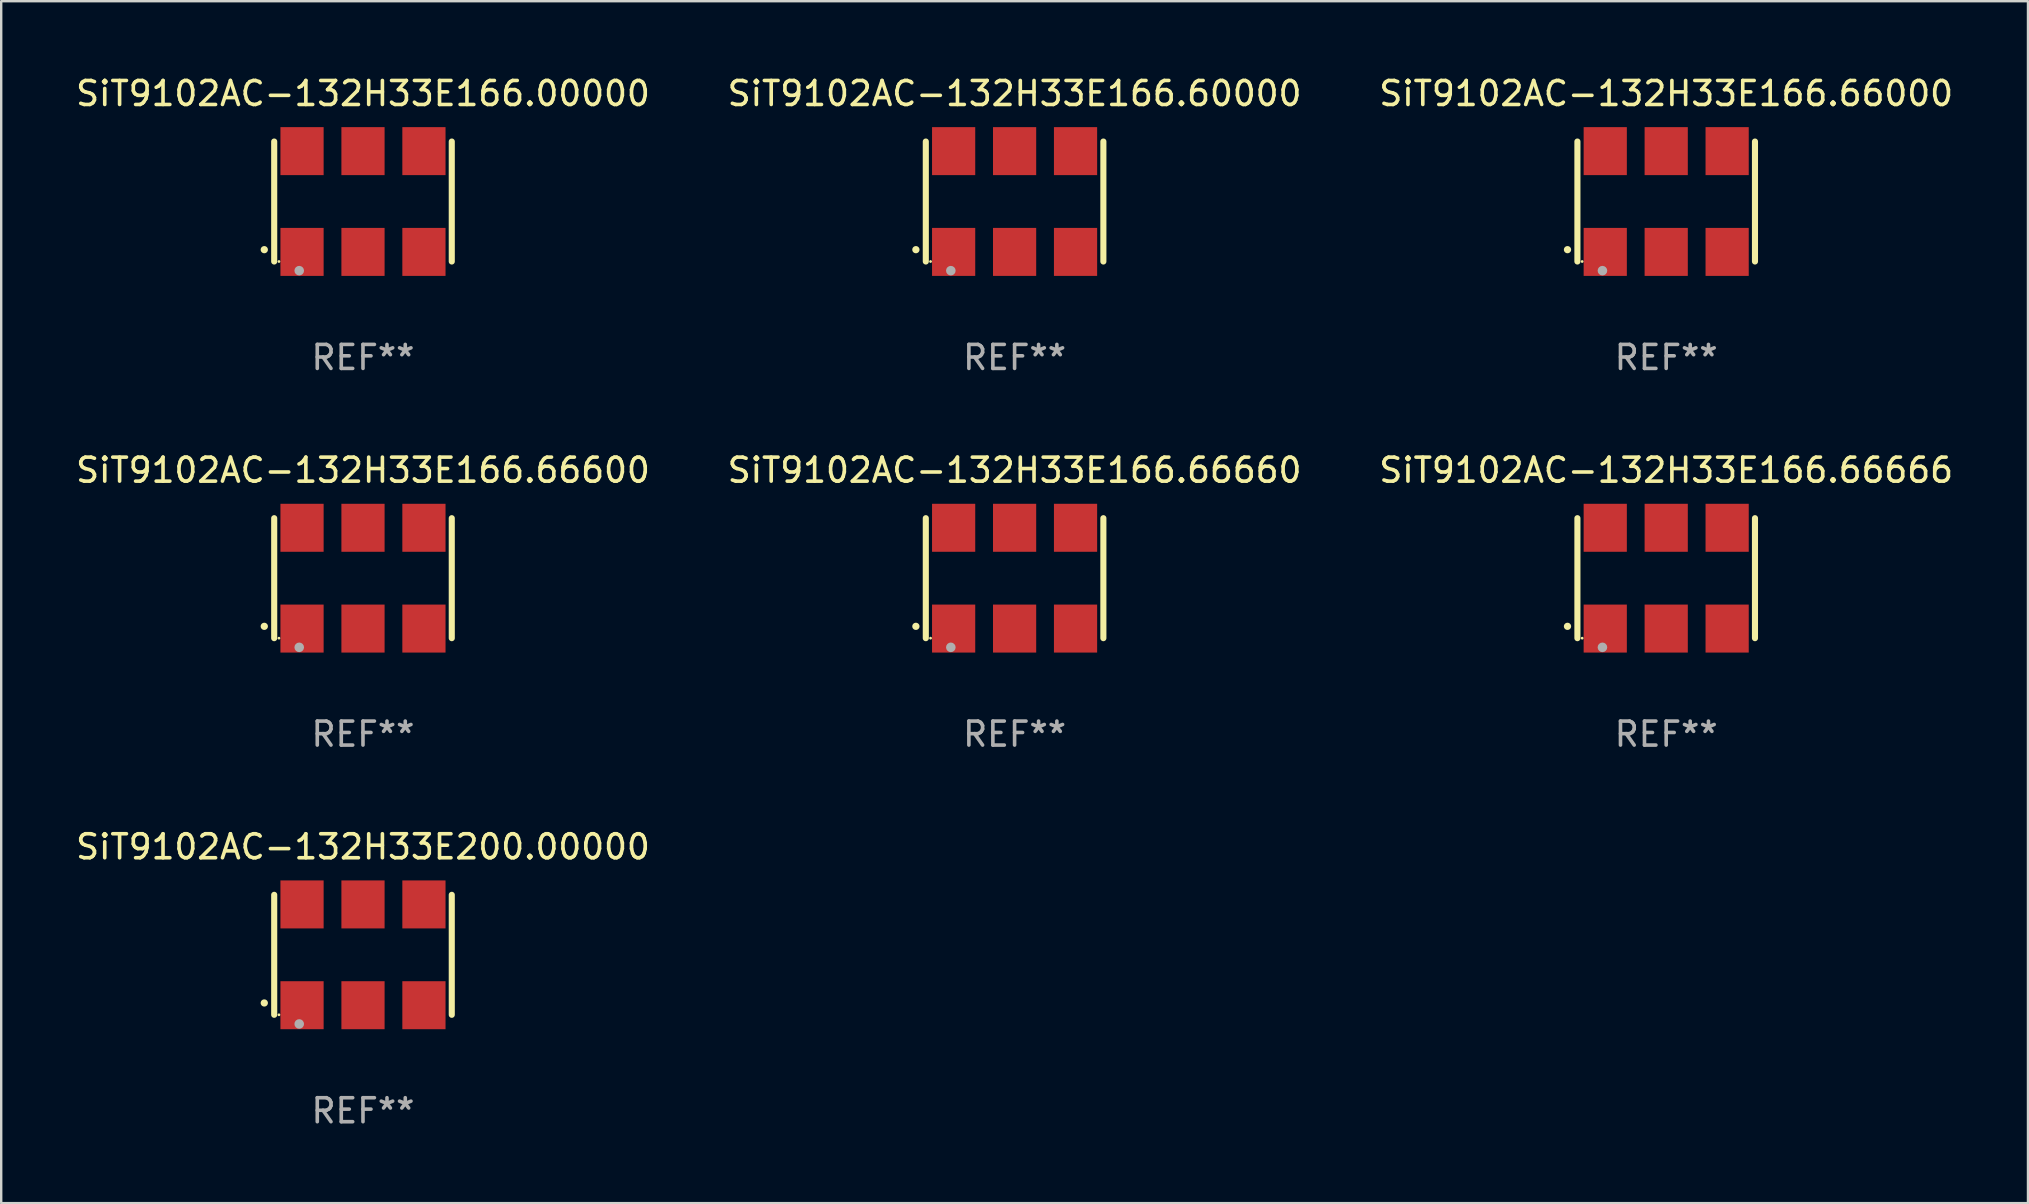
<source format=kicad_pcb>
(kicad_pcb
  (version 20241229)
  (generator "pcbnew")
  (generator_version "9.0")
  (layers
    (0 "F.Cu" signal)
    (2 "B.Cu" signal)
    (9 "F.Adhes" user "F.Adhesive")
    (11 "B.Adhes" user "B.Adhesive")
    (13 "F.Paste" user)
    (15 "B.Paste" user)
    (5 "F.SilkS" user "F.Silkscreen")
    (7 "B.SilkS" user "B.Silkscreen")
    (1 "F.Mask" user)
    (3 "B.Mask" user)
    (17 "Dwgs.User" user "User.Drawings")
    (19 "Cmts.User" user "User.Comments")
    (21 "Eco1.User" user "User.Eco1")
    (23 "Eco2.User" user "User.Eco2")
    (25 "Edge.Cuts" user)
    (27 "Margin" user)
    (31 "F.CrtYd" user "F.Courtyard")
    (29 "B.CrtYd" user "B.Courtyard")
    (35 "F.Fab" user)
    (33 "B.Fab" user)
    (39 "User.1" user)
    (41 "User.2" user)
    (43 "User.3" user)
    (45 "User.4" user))
  (footprint "SiT9102AC-132H33E166.60000"
    (layer "F.Cu")
    (at 39.232 5.348)
    (property "Reference" "SiT9102AC-132H33E166.60000" (at 0 -4.5 0) (layer "F.SilkS") (effects (font (size 1 1) (thickness 0.15))))
    (attr through_hole)
    (fp_line (start -3.7 -2.5) (end -3.7 2.5) (stroke (width 0.254) (type solid)) (layer "F.SilkS"))
    (fp_line (start 3.7 -2.5) (end 3.7 2.5) (stroke (width 0.254) (type solid)) (layer "F.SilkS"))
    (fp_arc (start -4.114415 2.006604) (mid -4.113145 2.006599) (end -4.111875 2.006604) (stroke (width 0.3) (type solid)) (layer "F.SilkS"))
    (fp_circle (center -3.502 2.5) (end -3.472 2.5) (stroke (width 0.06) (type solid)) (fill no) (layer "F.SilkS"))
    (fp_circle (center -2.657 2.882) (end -2.557 2.882) (stroke (width 0.2) (type solid)) (fill no) (layer "F.Fab"))
    (fp_text user "REF**" (at 0 6.5 0) (layer "F.Fab") (effects (font (size 1 1) (thickness 0.15))))
    (pad "1" smd rect (at -2.54 2.1) (size 1.8 2) (layers "F.Cu" "F.Mask" "F.Paste"))
    (pad "2" smd rect (at 0.000394 2.1) (size 1.8 2) (layers "F.Cu" "F.Mask" "F.Paste"))
    (pad "3" smd rect (at 2.54 2.1) (size 1.8 2) (layers "F.Cu" "F.Mask" "F.Paste"))
    (pad "4" smd rect (at 2.54 -2.1) (size 1.8 2) (layers "F.Cu" "F.Mask" "F.Paste"))
    (pad "5" smd rect (at 0.000394 -2.1) (size 1.8 2) (layers "F.Cu" "F.Mask" "F.Paste"))
    (pad "6" smd rect (at -2.54 -2.1) (size 1.8 2) (layers "F.Cu" "F.Mask" "F.Paste")))
  (footprint "SiT9102AC-132H33E166.66660"
    (layer "F.Cu")
    (at 39.232 21.045)
    (property "Reference" "SiT9102AC-132H33E166.66660" (at 0 -4.5 0) (layer "F.SilkS") (effects (font (size 1 1) (thickness 0.15))))
    (attr through_hole)
    (fp_line (start -3.7 -2.5) (end -3.7 2.5) (stroke (width 0.254) (type solid)) (layer "F.SilkS"))
    (fp_line (start 3.7 -2.5) (end 3.7 2.5) (stroke (width 0.254) (type solid)) (layer "F.SilkS"))
    (fp_arc (start -4.114415 2.006604) (mid -4.113145 2.006599) (end -4.111875 2.006604) (stroke (width 0.3) (type solid)) (layer "F.SilkS"))
    (fp_circle (center -3.502 2.5) (end -3.472 2.5) (stroke (width 0.06) (type solid)) (fill no) (layer "F.SilkS"))
    (fp_circle (center -2.657 2.882) (end -2.557 2.882) (stroke (width 0.2) (type solid)) (fill no) (layer "F.Fab"))
    (fp_text user "REF**" (at 0 6.5 0) (layer "F.Fab") (effects (font (size 1 1) (thickness 0.15))))
    (pad "1" smd rect (at -2.54 2.1) (size 1.8 2) (layers "F.Cu" "F.Mask" "F.Paste"))
    (pad "2" smd rect (at 0.000394 2.1) (size 1.8 2) (layers "F.Cu" "F.Mask" "F.Paste"))
    (pad "3" smd rect (at 2.54 2.1) (size 1.8 2) (layers "F.Cu" "F.Mask" "F.Paste"))
    (pad "4" smd rect (at 2.54 -2.1) (size 1.8 2) (layers "F.Cu" "F.Mask" "F.Paste"))
    (pad "5" smd rect (at 0.000394 -2.1) (size 1.8 2) (layers "F.Cu" "F.Mask" "F.Paste"))
    (pad "6" smd rect (at -2.54 -2.1) (size 1.8 2) (layers "F.Cu" "F.Mask" "F.Paste")))
  (footprint "SiT9102AC-132H33E166.00000"
    (layer "F.Cu")
    (at 12.077 5.348)
    (property "Reference" "SiT9102AC-132H33E166.00000" (at 0 -4.5 0) (layer "F.SilkS") (effects (font (size 1 1) (thickness 0.15))))
    (attr through_hole)
    (fp_line (start -3.7 -2.5) (end -3.7 2.5) (stroke (width 0.254) (type solid)) (layer "F.SilkS"))
    (fp_line (start 3.7 -2.5) (end 3.7 2.5) (stroke (width 0.254) (type solid)) (layer "F.SilkS"))
    (fp_arc (start -4.114415 2.006604) (mid -4.113145 2.006599) (end -4.111875 2.006604) (stroke (width 0.3) (type solid)) (layer "F.SilkS"))
    (fp_circle (center -3.502 2.5) (end -3.472 2.5) (stroke (width 0.06) (type solid)) (fill no) (layer "F.SilkS"))
    (fp_circle (center -2.657 2.882) (end -2.557 2.882) (stroke (width 0.2) (type solid)) (fill no) (layer "F.Fab"))
    (fp_text user "REF**" (at 0 6.5 0) (layer "F.Fab") (effects (font (size 1 1) (thickness 0.15))))
    (pad "1" smd rect (at -2.54 2.1) (size 1.8 2) (layers "F.Cu" "F.Mask" "F.Paste"))
    (pad "2" smd rect (at 0.000394 2.1) (size 1.8 2) (layers "F.Cu" "F.Mask" "F.Paste"))
    (pad "3" smd rect (at 2.54 2.1) (size 1.8 2) (layers "F.Cu" "F.Mask" "F.Paste"))
    (pad "4" smd rect (at 2.54 -2.1) (size 1.8 2) (layers "F.Cu" "F.Mask" "F.Paste"))
    (pad "5" smd rect (at 0.000394 -2.1) (size 1.8 2) (layers "F.Cu" "F.Mask" "F.Paste"))
    (pad "6" smd rect (at -2.54 -2.1) (size 1.8 2) (layers "F.Cu" "F.Mask" "F.Paste")))
  (footprint "SiT9102AC-132H33E200.00000"
    (layer "F.Cu")
    (at 12.077 36.741)
    (property "Reference" "SiT9102AC-132H33E200.00000" (at 0 -4.5 0) (layer "F.SilkS") (effects (font (size 1 1) (thickness 0.15))))
    (attr through_hole)
    (fp_line (start -3.7 -2.5) (end -3.7 2.5) (stroke (width 0.254) (type solid)) (layer "F.SilkS"))
    (fp_line (start 3.7 -2.5) (end 3.7 2.5) (stroke (width 0.254) (type solid)) (layer "F.SilkS"))
    (fp_arc (start -4.114415 2.006604) (mid -4.113145 2.006599) (end -4.111875 2.006604) (stroke (width 0.3) (type solid)) (layer "F.SilkS"))
    (fp_circle (center -3.502 2.5) (end -3.472 2.5) (stroke (width 0.06) (type solid)) (fill no) (layer "F.SilkS"))
    (fp_circle (center -2.657 2.882) (end -2.557 2.882) (stroke (width 0.2) (type solid)) (fill no) (layer "F.Fab"))
    (fp_text user "REF**" (at 0 6.5 0) (layer "F.Fab") (effects (font (size 1 1) (thickness 0.15))))
    (pad "1" smd rect (at -2.54 2.1) (size 1.8 2) (layers "F.Cu" "F.Mask" "F.Paste"))
    (pad "2" smd rect (at 0.000394 2.1) (size 1.8 2) (layers "F.Cu" "F.Mask" "F.Paste"))
    (pad "3" smd rect (at 2.54 2.1) (size 1.8 2) (layers "F.Cu" "F.Mask" "F.Paste"))
    (pad "4" smd rect (at 2.54 -2.1) (size 1.8 2) (layers "F.Cu" "F.Mask" "F.Paste"))
    (pad "5" smd rect (at 0.000394 -2.1) (size 1.8 2) (layers "F.Cu" "F.Mask" "F.Paste"))
    (pad "6" smd rect (at -2.54 -2.1) (size 1.8 2) (layers "F.Cu" "F.Mask" "F.Paste")))
  (footprint "SiT9102AC-132H33E166.66600"
    (layer "F.Cu")
    (at 12.077 21.045)
    (property "Reference" "SiT9102AC-132H33E166.66600" (at 0 -4.5 0) (layer "F.SilkS") (effects (font (size 1 1) (thickness 0.15))))
    (attr through_hole)
    (fp_line (start -3.7 -2.5) (end -3.7 2.5) (stroke (width 0.254) (type solid)) (layer "F.SilkS"))
    (fp_line (start 3.7 -2.5) (end 3.7 2.5) (stroke (width 0.254) (type solid)) (layer "F.SilkS"))
    (fp_arc (start -4.114415 2.006604) (mid -4.113145 2.006599) (end -4.111875 2.006604) (stroke (width 0.3) (type solid)) (layer "F.SilkS"))
    (fp_circle (center -3.502 2.5) (end -3.472 2.5) (stroke (width 0.06) (type solid)) (fill no) (layer "F.SilkS"))
    (fp_circle (center -2.657 2.882) (end -2.557 2.882) (stroke (width 0.2) (type solid)) (fill no) (layer "F.Fab"))
    (fp_text user "REF**" (at 0 6.5 0) (layer "F.Fab") (effects (font (size 1 1) (thickness 0.15))))
    (pad "1" smd rect (at -2.54 2.1) (size 1.8 2) (layers "F.Cu" "F.Mask" "F.Paste"))
    (pad "2" smd rect (at 0.000394 2.1) (size 1.8 2) (layers "F.Cu" "F.Mask" "F.Paste"))
    (pad "3" smd rect (at 2.54 2.1) (size 1.8 2) (layers "F.Cu" "F.Mask" "F.Paste"))
    (pad "4" smd rect (at 2.54 -2.1) (size 1.8 2) (layers "F.Cu" "F.Mask" "F.Paste"))
    (pad "5" smd rect (at 0.000394 -2.1) (size 1.8 2) (layers "F.Cu" "F.Mask" "F.Paste"))
    (pad "6" smd rect (at -2.54 -2.1) (size 1.8 2) (layers "F.Cu" "F.Mask" "F.Paste")))
  (footprint "SiT9102AC-132H33E166.66000"
    (layer "F.Cu")
    (at 66.387 5.348)
    (property "Reference" "SiT9102AC-132H33E166.66000" (at 0 -4.5 0) (layer "F.SilkS") (effects (font (size 1 1) (thickness 0.15))))
    (attr through_hole)
    (fp_line (start -3.7 -2.5) (end -3.7 2.5) (stroke (width 0.254) (type solid)) (layer "F.SilkS"))
    (fp_line (start 3.7 -2.5) (end 3.7 2.5) (stroke (width 0.254) (type solid)) (layer "F.SilkS"))
    (fp_arc (start -4.114415 2.006604) (mid -4.113145 2.006599) (end -4.111875 2.006604) (stroke (width 0.3) (type solid)) (layer "F.SilkS"))
    (fp_circle (center -3.502 2.5) (end -3.472 2.5) (stroke (width 0.06) (type solid)) (fill no) (layer "F.SilkS"))
    (fp_circle (center -2.657 2.882) (end -2.557 2.882) (stroke (width 0.2) (type solid)) (fill no) (layer "F.Fab"))
    (fp_text user "REF**" (at 0 6.5 0) (layer "F.Fab") (effects (font (size 1 1) (thickness 0.15))))
    (pad "1" smd rect (at -2.54 2.1) (size 1.8 2) (layers "F.Cu" "F.Mask" "F.Paste"))
    (pad "2" smd rect (at 0.000394 2.1) (size 1.8 2) (layers "F.Cu" "F.Mask" "F.Paste"))
    (pad "3" smd rect (at 2.54 2.1) (size 1.8 2) (layers "F.Cu" "F.Mask" "F.Paste"))
    (pad "4" smd rect (at 2.54 -2.1) (size 1.8 2) (layers "F.Cu" "F.Mask" "F.Paste"))
    (pad "5" smd rect (at 0.000394 -2.1) (size 1.8 2) (layers "F.Cu" "F.Mask" "F.Paste"))
    (pad "6" smd rect (at -2.54 -2.1) (size 1.8 2) (layers "F.Cu" "F.Mask" "F.Paste")))
  (footprint "SiT9102AC-132H33E166.66666"
    (layer "F.Cu")
    (at 66.387 21.045)
    (property "Reference" "SiT9102AC-132H33E166.66666" (at 0 -4.5 0) (layer "F.SilkS") (effects (font (size 1 1) (thickness 0.15))))
    (attr through_hole)
    (fp_line (start -3.7 -2.5) (end -3.7 2.5) (stroke (width 0.254) (type solid)) (layer "F.SilkS"))
    (fp_line (start 3.7 -2.5) (end 3.7 2.5) (stroke (width 0.254) (type solid)) (layer "F.SilkS"))
    (fp_arc (start -4.114415 2.006604) (mid -4.113145 2.006599) (end -4.111875 2.006604) (stroke (width 0.3) (type solid)) (layer "F.SilkS"))
    (fp_circle (center -3.502 2.5) (end -3.472 2.5) (stroke (width 0.06) (type solid)) (fill no) (layer "F.SilkS"))
    (fp_circle (center -2.657 2.882) (end -2.557 2.882) (stroke (width 0.2) (type solid)) (fill no) (layer "F.Fab"))
    (fp_text user "REF**" (at 0 6.5 0) (layer "F.Fab") (effects (font (size 1 1) (thickness 0.15))))
    (pad "1" smd rect (at -2.54 2.1) (size 1.8 2) (layers "F.Cu" "F.Mask" "F.Paste"))
    (pad "2" smd rect (at 0.000394 2.1) (size 1.8 2) (layers "F.Cu" "F.Mask" "F.Paste"))
    (pad "3" smd rect (at 2.54 2.1) (size 1.8 2) (layers "F.Cu" "F.Mask" "F.Paste"))
    (pad "4" smd rect (at 2.54 -2.1) (size 1.8 2) (layers "F.Cu" "F.Mask" "F.Paste"))
    (pad "5" smd rect (at 0.000394 -2.1) (size 1.8 2) (layers "F.Cu" "F.Mask" "F.Paste"))
    (pad "6" smd rect (at -2.54 -2.1) (size 1.8 2) (layers "F.Cu" "F.Mask" "F.Paste")))
  (gr_rect
    (start -3 -3)
    (end 81.464 47.09)
    (stroke (width 0.1) (type default))
    (fill no)
    (layer "Edge.Cuts")))
</source>
